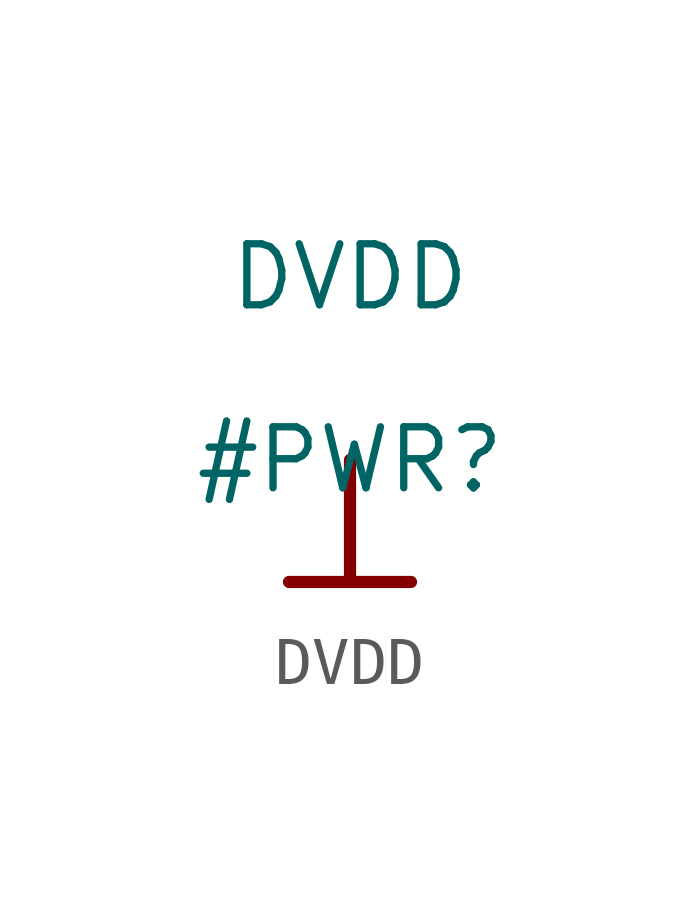
<source format=kicad_sym>
(kicad_symbol_lib
  (version 20211014)
  (generator kicad_symbol_editor)
  (symbol "DVDD"
    (power)
    (property "Reference" "#PWR"
      (at 0 0 0)
      (effects (font (size 1.27 1.27))))
    (property "Value" "DVDD"
      (at 0 3.81 0)
      (effects (font (size 1.27 1.27))))
    (symbol "DVDD_0_0"
      (polyline (pts (xy -1.27 -2.54) (xy 1.27 -2.54)) (stroke (width 0.254) (type default) (color 0 0 0 0)) (fill (type none)))
      (polyline (pts (xy 0 0) (xy 0 -2.54)) (stroke (width 0.254) (type default) (color 0 0 0 0)) (fill (type none)))
      (pin power_in line (at 0 0 0) (length 0) hide (name "DVDD" (effects (font (size 1.27 1.27)))) (number "" (effects (font (size 1.27 1.27))))))))
</source>
